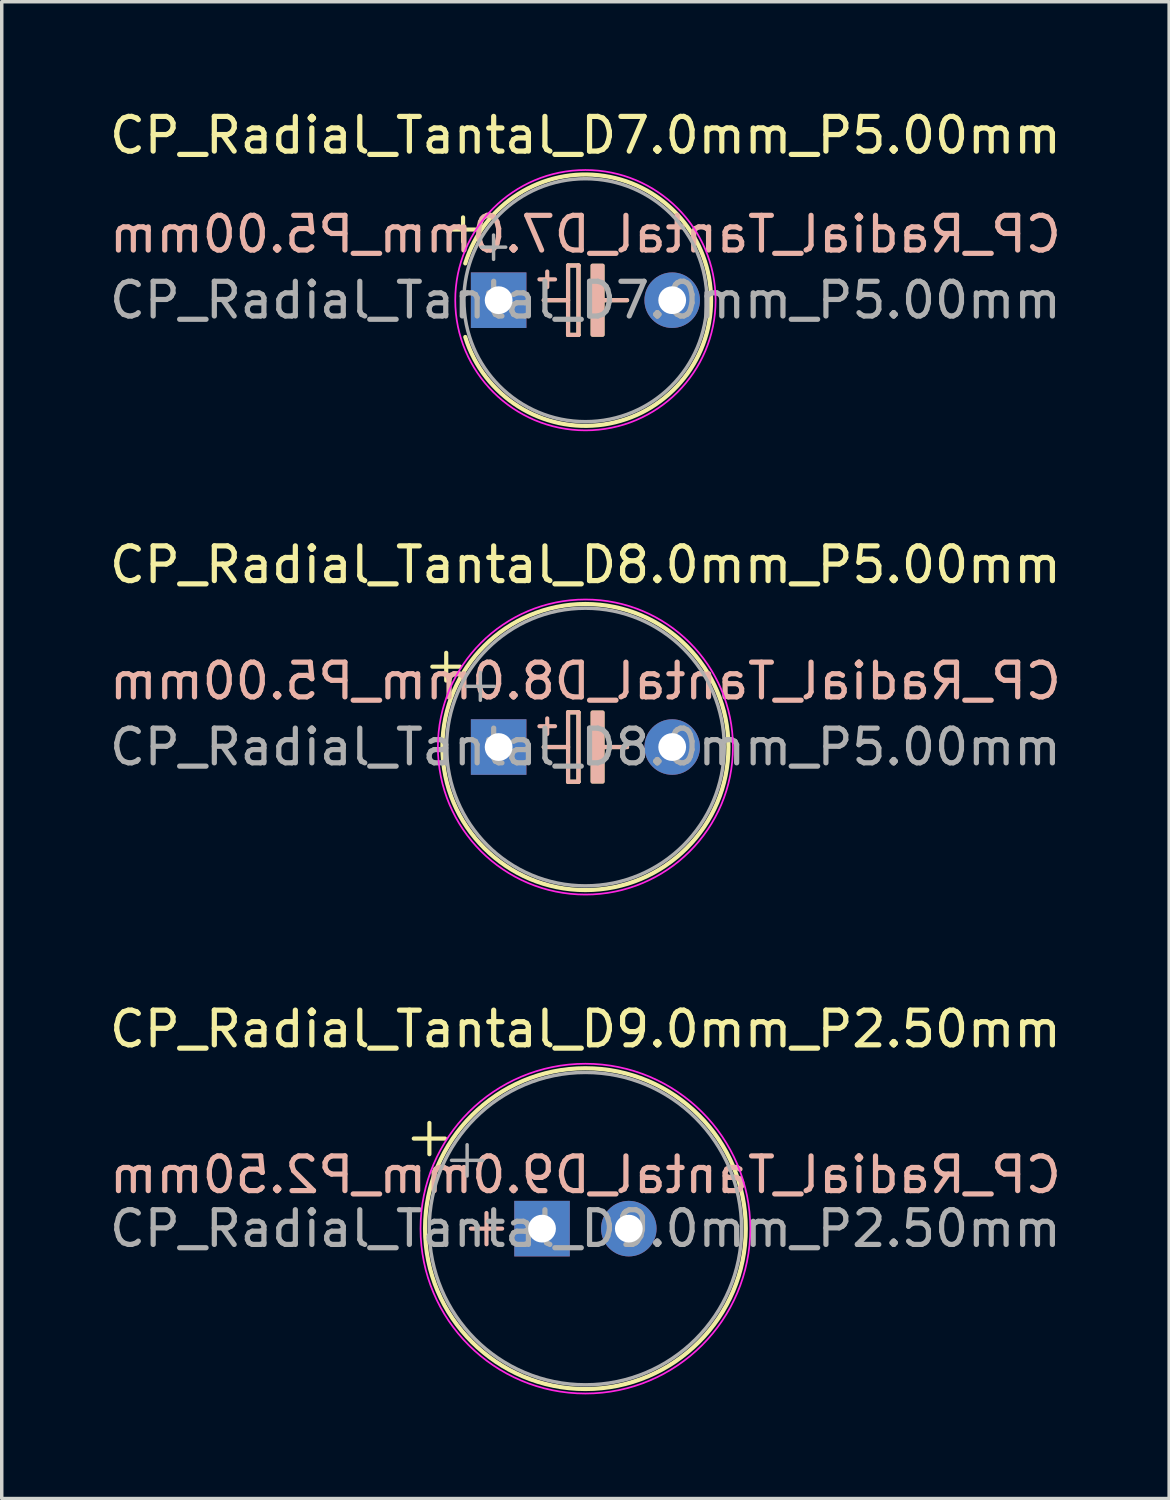
<source format=kicad_pcb>
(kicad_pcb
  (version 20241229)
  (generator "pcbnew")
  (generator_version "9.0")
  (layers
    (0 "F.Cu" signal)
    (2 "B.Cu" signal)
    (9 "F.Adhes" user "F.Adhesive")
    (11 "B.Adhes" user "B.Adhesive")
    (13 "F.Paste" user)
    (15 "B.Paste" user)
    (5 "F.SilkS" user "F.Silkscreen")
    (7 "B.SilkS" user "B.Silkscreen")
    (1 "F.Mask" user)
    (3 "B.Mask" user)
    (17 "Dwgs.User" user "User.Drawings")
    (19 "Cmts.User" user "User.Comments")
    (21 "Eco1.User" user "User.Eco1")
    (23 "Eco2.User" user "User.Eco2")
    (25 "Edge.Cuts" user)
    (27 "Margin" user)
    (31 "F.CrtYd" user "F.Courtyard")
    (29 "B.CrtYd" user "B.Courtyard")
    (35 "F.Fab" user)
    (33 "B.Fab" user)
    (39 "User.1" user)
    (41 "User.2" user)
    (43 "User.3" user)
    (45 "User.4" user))
  (footprint "CP_Radial_Tantal_D9.0mm_P2.50mm"
    (layer "F.Cu")
    (at 12.565 32.345)
    (property "Reference" "CP_Radial_Tantal_D9.0mm_P2.50mm" (at 1.25 -5.75 0) (layer "F.SilkS") (effects (font (size 1 1) (thickness 0.15))))
    (fp_line (start -3.695 -2.595) (end -2.795 -2.595) (stroke (width 0.12) (type solid)) (layer "F.SilkS"))
    (fp_line (start -3.245 -3.045) (end -3.245 -2.145) (stroke (width 0.12) (type solid)) (layer "F.SilkS"))
    (fp_circle (center 1.25 0) (end 5.87 0) (stroke (width 0.12) (type solid)) (fill no) (layer "F.SilkS"))
    (fp_line (start -1.6 -0.45) (end -1.6 0.45) (stroke (width 0.12) (type solid)) (layer "B.SilkS"))
    (fp_line (start -1.15 0) (end -2.05 0) (stroke (width 0.12) (type solid)) (layer "B.SilkS"))
    (fp_circle (center 1.25 0) (end 6 0) (stroke (width 0.05) (type solid)) (fill no) (layer "F.CrtYd"))
    (fp_line (start -2.608 -1.968) (end -1.708 -1.968) (stroke (width 0.1) (type solid)) (layer "F.Fab"))
    (fp_line (start -2.158 -2.417) (end -2.158 -1.518) (stroke (width 0.1) (type solid)) (layer "F.Fab"))
    (fp_circle (center 1.25 0) (end 5.75 0) (stroke (width 0.1) (type solid)) (fill no) (layer "F.Fab"))
    (fp_text user "${REFERENCE}" (at 1.25 -1.55 0) (layer "B.SilkS") (effects (font (size 1 1) (thickness 0.15)) (justify mirror)))
    (fp_text user "${REFERENCE}" (at 1.25 0 0) (layer "F.Fab") (effects (font (size 1 1) (thickness 0.15))))
    (pad "1" thru_hole rect (at 0 0) (size 1.6 1.6) (drill 0.8) (layers "*.Cu" "*.Mask"))
    (pad "2" thru_hole circle (at 2.5 0) (size 1.6 1.6) (drill 0.8) (layers "*.Cu" "*.Mask")))
  (footprint "CP_Radial_Tantal_D7.0mm_P5.00mm"
    (layer "F.Cu")
    (at 11.315 5.598)
    (property "Reference" "CP_Radial_Tantal_D7.0mm_P5.00mm" (at 2.5 -4.75 0) (layer "F.SilkS") (effects (font (size 1 1) (thickness 0.15))))
    (fp_line (start -1.375 -2.035) (end -0.675 -2.035) (stroke (width 0.12) (type solid)) (layer "F.SilkS"))
    (fp_line (start -1.025 -2.385) (end -1.025 -1.685) (stroke (width 0.12) (type solid)) (layer "F.SilkS"))
    (fp_line (start 1.3 0) (end 2 0) (stroke (width 0.12) (type solid)) (layer "F.SilkS"))
    (fp_line (start 2 -1) (end 2.3 -1) (stroke (width 0.12) (type solid)) (layer "F.SilkS"))
    (fp_line (start 2 1) (end 2 -1) (stroke (width 0.12) (type solid)) (layer "F.SilkS"))
    (fp_line (start 2.3 -1) (end 2.3 1) (stroke (width 0.12) (type solid)) (layer "F.SilkS"))
    (fp_line (start 2.3 1) (end 2 1) (stroke (width 0.12) (type solid)) (layer "F.SilkS"))
    (fp_line (start 3.7 0) (end 3 0) (stroke (width 0.12) (type solid)) (layer "F.SilkS"))
    (fp_arc (start -0.961329 -1.06) (mid 6.12 0) (end -0.961329 1.06) (stroke (width 0.12) (type solid)) (layer "F.SilkS"))
    (fp_poly (pts (xy 3 1) (xy 2.7 1) (xy 2.7 -1) (xy 3 -1)) (stroke (width 0.1) (type solid)) (fill yes) (layer "F.SilkS"))
    (fp_line (start 1.3 0) (end 2 0) (stroke (width 0.12) (type solid)) (layer "B.SilkS"))
    (fp_line (start 1.4 -0.825) (end 1.4 -0.375) (stroke (width 0.12) (type solid)) (layer "B.SilkS"))
    (fp_line (start 1.625 -0.6) (end 1.175 -0.6) (stroke (width 0.12) (type solid)) (layer "B.SilkS"))
    (fp_line (start 2 -1) (end 2.3 -1) (stroke (width 0.12) (type solid)) (layer "B.SilkS"))
    (fp_line (start 2 1) (end 2 -1) (stroke (width 0.12) (type solid)) (layer "B.SilkS"))
    (fp_line (start 2.3 -1) (end 2.3 1) (stroke (width 0.12) (type solid)) (layer "B.SilkS"))
    (fp_line (start 2.3 1) (end 2 1) (stroke (width 0.12) (type solid)) (layer "B.SilkS"))
    (fp_line (start 3.7 0) (end 3 0) (stroke (width 0.12) (type solid)) (layer "B.SilkS"))
    (fp_poly (pts (xy 3 1) (xy 2.7 1) (xy 2.7 -1) (xy 3 -1)) (stroke (width 0.1) (type solid)) (fill yes) (layer "B.SilkS"))
    (fp_circle (center 2.5 0) (end 6.25 0) (stroke (width 0.05) (type solid)) (fill no) (layer "F.CrtYd"))
    (fp_line (start -0.496 -1.528) (end 0.204 -1.528) (stroke (width 0.1) (type solid)) (layer "F.Fab"))
    (fp_line (start -0.146 -1.877) (end -0.146 -1.177) (stroke (width 0.1) (type solid)) (layer "F.Fab"))
    (fp_circle (center 2.5 0) (end 6 0) (stroke (width 0.1) (type solid)) (fill no) (layer "F.Fab"))
    (fp_text user "${REFERENCE}" (at 2.5 -1.9 0) (layer "B.SilkS") (effects (font (size 1 1) (thickness 0.15)) (justify mirror)))
    (fp_text user "${REFERENCE}" (at 2.5 0 0) (layer "F.Fab") (effects (font (size 1 1) (thickness 0.15))))
    (pad "1" thru_hole rect (at 0 0) (size 1.6 1.6) (drill 0.8) (layers "*.Cu" "*.Mask"))
    (pad "2" thru_hole circle (at 5 0) (size 1.6 1.6) (drill 0.8) (layers "*.Cu" "*.Mask")))
  (footprint "CP_Radial_Tantal_D8.0mm_P5.00mm"
    (layer "F.Cu")
    (at 11.315 18.471)
    (property "Reference" "CP_Radial_Tantal_D8.0mm_P5.00mm" (at 2.5 -5.25 0) (layer "F.SilkS") (effects (font (size 1 1) (thickness 0.15))))
    (fp_line (start -1.91 -2.315) (end -1.11 -2.315) (stroke (width 0.12) (type solid)) (layer "F.SilkS"))
    (fp_line (start -1.51 -2.715) (end -1.51 -1.915) (stroke (width 0.12) (type solid)) (layer "F.SilkS"))
    (fp_line (start 1.3 0) (end 2 0) (stroke (width 0.12) (type solid)) (layer "F.SilkS"))
    (fp_line (start 2 -1) (end 2.3 -1) (stroke (width 0.12) (type solid)) (layer "F.SilkS"))
    (fp_line (start 2 1) (end 2 -1) (stroke (width 0.12) (type solid)) (layer "F.SilkS"))
    (fp_line (start 2.3 -1) (end 2.3 1) (stroke (width 0.12) (type solid)) (layer "F.SilkS"))
    (fp_line (start 2.3 1) (end 2 1) (stroke (width 0.12) (type solid)) (layer "F.SilkS"))
    (fp_line (start 3.7 0) (end 3 0) (stroke (width 0.12) (type solid)) (layer "F.SilkS"))
    (fp_circle (center 2.5 0) (end 6.62 0) (stroke (width 0.12) (type solid)) (fill no) (layer "F.SilkS"))
    (fp_poly (pts (xy 3 1) (xy 2.7 1) (xy 2.7 -1) (xy 3 -1)) (stroke (width 0.1) (type solid)) (fill yes) (layer "F.SilkS"))
    (fp_line (start 1.3 0) (end 2 0) (stroke (width 0.12) (type solid)) (layer "B.SilkS"))
    (fp_line (start 1.4 -0.825) (end 1.4 -0.375) (stroke (width 0.12) (type solid)) (layer "B.SilkS"))
    (fp_line (start 1.625 -0.6) (end 1.175 -0.6) (stroke (width 0.12) (type solid)) (layer "B.SilkS"))
    (fp_line (start 2 -1) (end 2.3 -1) (stroke (width 0.12) (type solid)) (layer "B.SilkS"))
    (fp_line (start 2 1) (end 2 -1) (stroke (width 0.12) (type solid)) (layer "B.SilkS"))
    (fp_line (start 2.3 -1) (end 2.3 1) (stroke (width 0.12) (type solid)) (layer "B.SilkS"))
    (fp_line (start 2.3 1) (end 2 1) (stroke (width 0.12) (type solid)) (layer "B.SilkS"))
    (fp_line (start 3.7 0) (end 3 0) (stroke (width 0.12) (type solid)) (layer "B.SilkS"))
    (fp_poly (pts (xy 3 1) (xy 2.7 1) (xy 2.7 -1) (xy 3 -1)) (stroke (width 0.1) (type solid)) (fill yes) (layer "B.SilkS"))
    (fp_circle (center 2.5 0) (end 6.75 0) (stroke (width 0.05) (type solid)) (fill no) (layer "F.CrtYd"))
    (fp_line (start -0.927 -1.748) (end -0.127 -1.748) (stroke (width 0.1) (type solid)) (layer "F.Fab"))
    (fp_line (start -0.527 -2.147) (end -0.527 -1.347) (stroke (width 0.1) (type solid)) (layer "F.Fab"))
    (fp_circle (center 2.5 0) (end 6.5 0) (stroke (width 0.1) (type solid)) (fill no) (layer "F.Fab"))
    (fp_text user "${REFERENCE}" (at 2.5 -1.9 0) (layer "B.SilkS") (effects (font (size 1 1) (thickness 0.15)) (justify mirror)))
    (fp_text user "${REFERENCE}" (at 2.5 0 0) (layer "F.Fab") (effects (font (size 1 1) (thickness 0.15))))
    (pad "1" thru_hole rect (at 0 0) (size 1.6 1.6) (drill 0.8) (layers "*.Cu" "*.Mask"))
    (pad "2" thru_hole circle (at 5 0) (size 1.6 1.6) (drill 0.8) (layers "*.Cu" "*.Mask")))
  (gr_rect
    (start -3 -3)
    (end 30.631 40.12)
    (stroke (width 0.1) (type default))
    (fill no)
    (layer "Edge.Cuts")))
</source>
